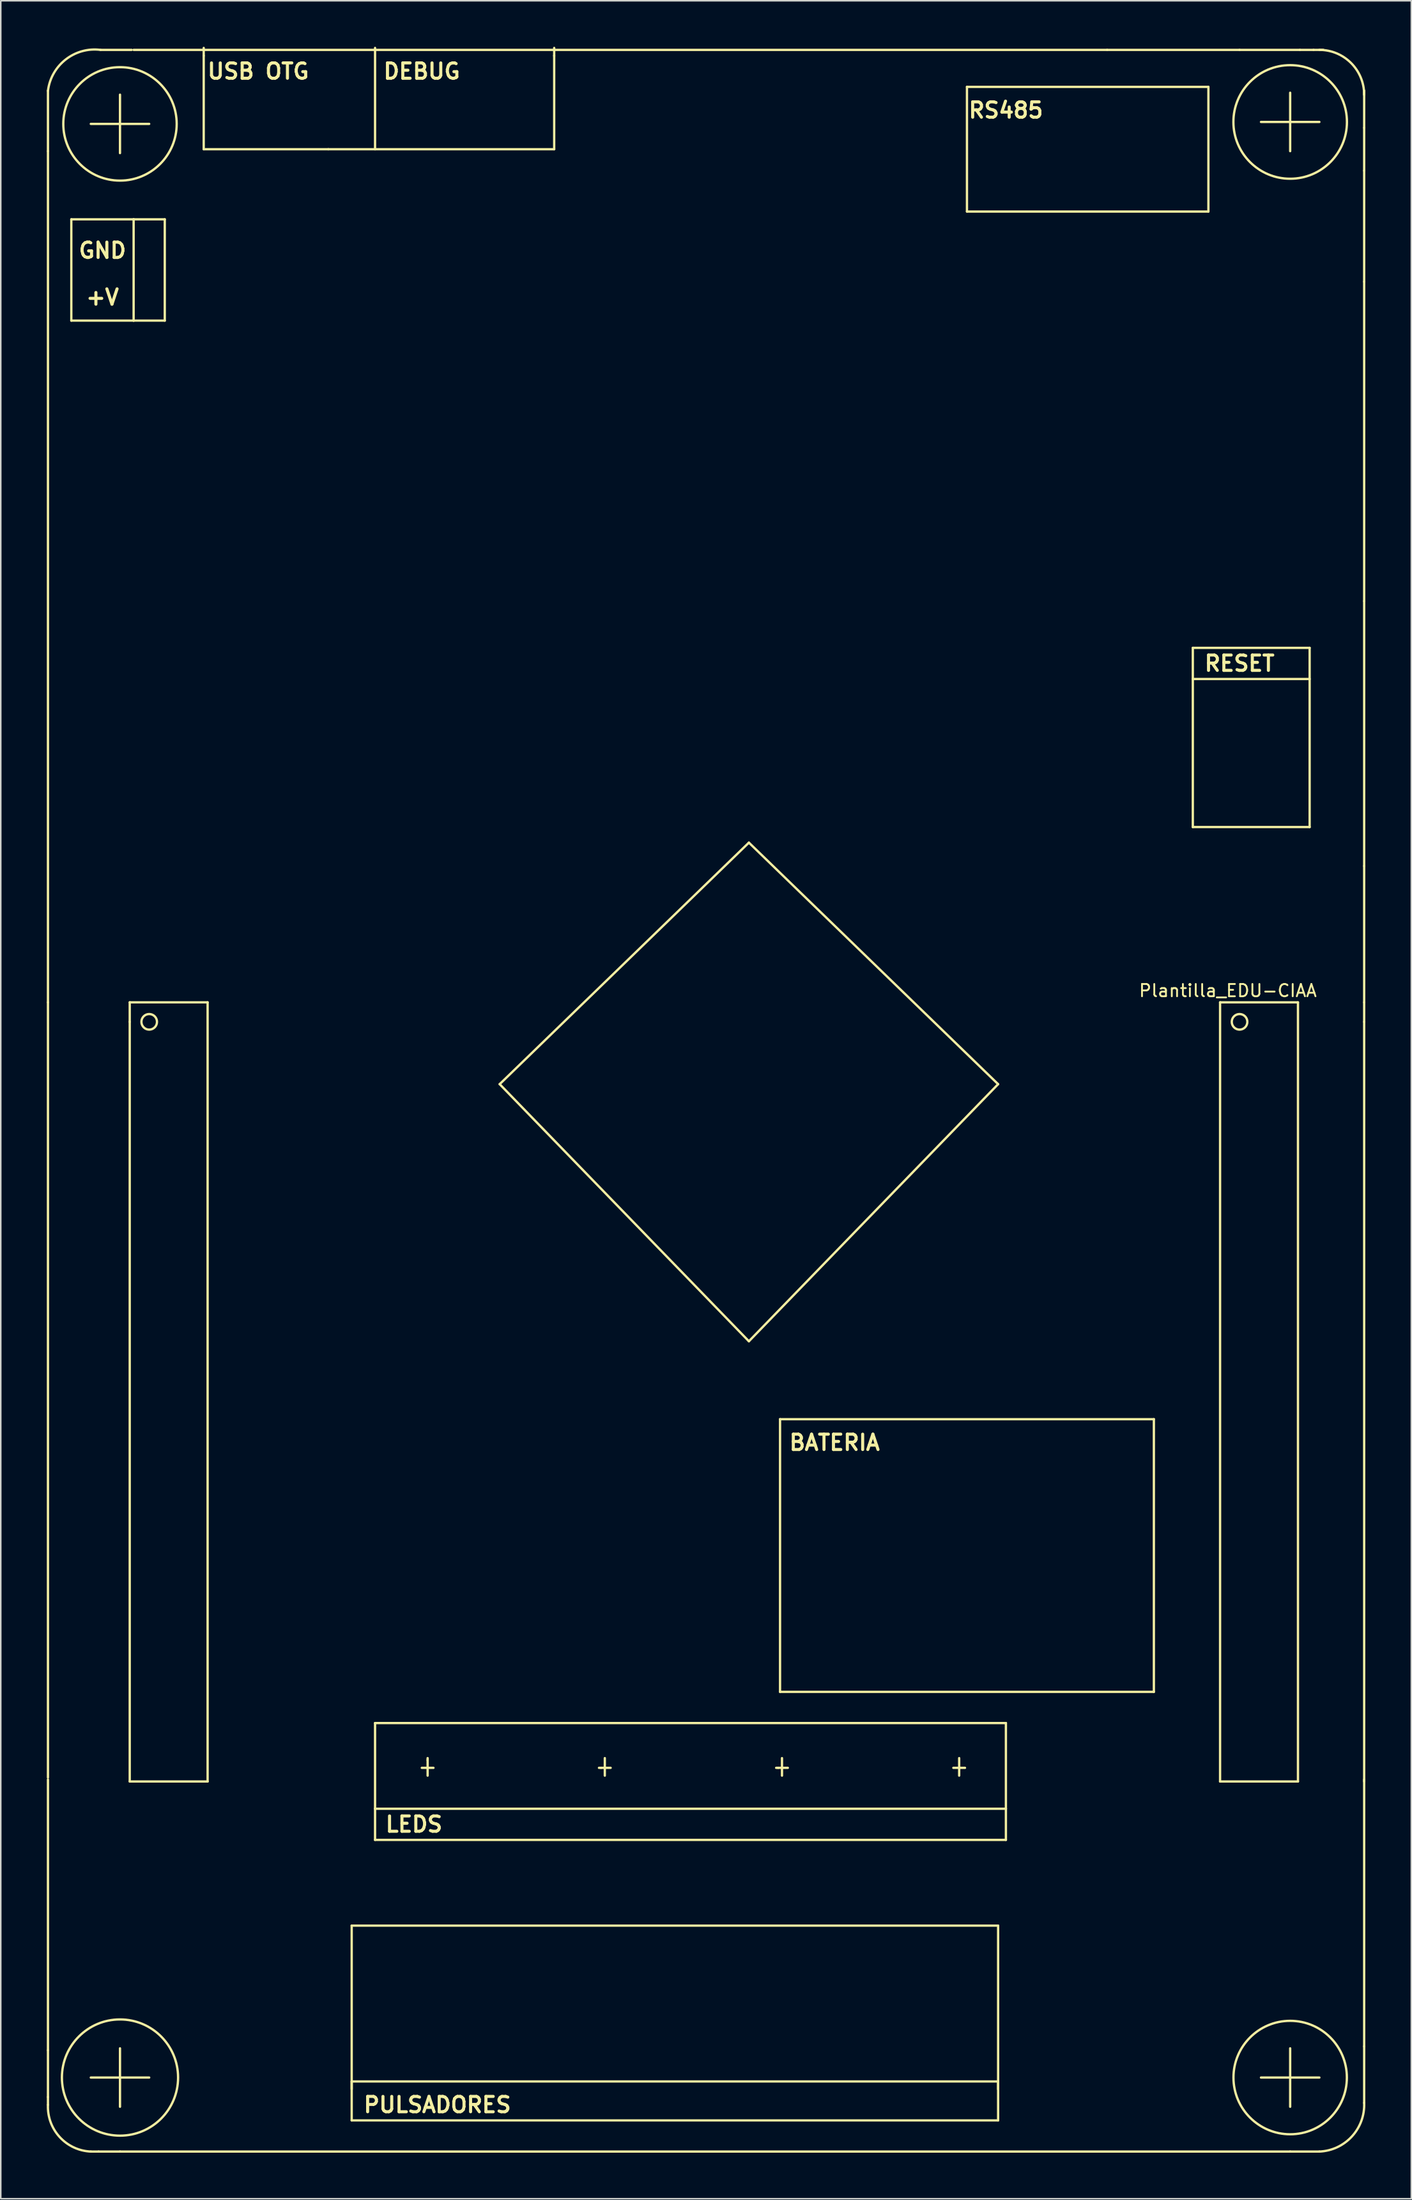
<source format=kicad_pcb>
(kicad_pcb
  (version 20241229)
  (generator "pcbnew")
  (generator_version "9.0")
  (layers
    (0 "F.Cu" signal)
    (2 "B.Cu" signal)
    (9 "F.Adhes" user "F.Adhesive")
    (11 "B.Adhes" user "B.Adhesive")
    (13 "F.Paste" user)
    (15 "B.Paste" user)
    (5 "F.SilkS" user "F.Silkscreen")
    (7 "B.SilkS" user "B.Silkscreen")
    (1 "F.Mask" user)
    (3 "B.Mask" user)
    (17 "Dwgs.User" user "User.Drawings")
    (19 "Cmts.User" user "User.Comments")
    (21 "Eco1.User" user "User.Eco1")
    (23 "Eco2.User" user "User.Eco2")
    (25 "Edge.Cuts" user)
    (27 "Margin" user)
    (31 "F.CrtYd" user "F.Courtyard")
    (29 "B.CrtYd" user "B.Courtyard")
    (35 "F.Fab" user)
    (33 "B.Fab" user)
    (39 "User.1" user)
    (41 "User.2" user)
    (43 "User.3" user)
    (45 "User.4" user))
  (footprint "Plantilla_EDU-CIAA"
    (layer "F.Cu")
    (at 77.802 63.575)
    (property "Reference" "Plantilla_EDU-CIAA" (at -0.762 -2.032 0) (layer "F.SilkS") (effects (font (size 0.8 0.8) (thickness 0.12))))
    (attr through_hole)
    (fp_line (start -77.724 -60.706) (end -77.724 -56.769) (stroke (width 0.15) (type solid)) (layer "F.SilkS"))
    (fp_line (start -77.724 -1.27) (end -77.724 -56.769) (stroke (width 0.15) (type solid)) (layer "F.SilkS"))
    (fp_line (start -77.724 49.276) (end -77.724 -1.27) (stroke (width 0.15) (type solid)) (layer "F.SilkS"))
    (fp_line (start -77.724 49.403) (end -77.724 67.056) (stroke (width 0.15) (type solid)) (layer "F.SilkS"))
    (fp_line (start -77.724 67.056) (end -77.724 70.104) (stroke (width 0.15) (type solid)) (layer "F.SilkS"))
    (fp_line (start -77.724 70.612) (end -77.724 70.104) (stroke (width 0.15) (type solid)) (layer "F.SilkS"))
    (fp_line (start -76.2 -52.324) (end -76.2 -45.72) (stroke (width 0.15) (type solid)) (layer "F.SilkS"))
    (fp_line (start -76.2 -45.72) (end -72.136 -45.72) (stroke (width 0.15) (type solid)) (layer "F.SilkS"))
    (fp_line (start -74.422 73.66) (end -74.93 73.66) (stroke (width 0.15) (type solid)) (layer "F.SilkS"))
    (fp_line (start -73.025 -58.547) (end -74.93 -58.547) (stroke (width 0.15) (type solid)) (layer "F.SilkS"))
    (fp_line (start -73.025 -58.547) (end -73.025 -60.452) (stroke (width 0.15) (type solid)) (layer "F.SilkS"))
    (fp_line (start -73.025 -58.547) (end -73.025 -56.642) (stroke (width 0.15) (type solid)) (layer "F.SilkS"))
    (fp_line (start -73.025 -58.547) (end -71.12 -58.547) (stroke (width 0.15) (type solid)) (layer "F.SilkS"))
    (fp_line (start -73.025 68.834) (end -74.93 68.834) (stroke (width 0.15) (type solid)) (layer "F.SilkS"))
    (fp_line (start -73.025 68.834) (end -73.025 66.929) (stroke (width 0.15) (type solid)) (layer "F.SilkS"))
    (fp_line (start -73.025 68.834) (end -73.025 70.739) (stroke (width 0.15) (type solid)) (layer "F.SilkS"))
    (fp_line (start -73.025 68.834) (end -71.12 68.834) (stroke (width 0.15) (type solid)) (layer "F.SilkS"))
    (fp_line (start -73.025 73.66) (end -74.422 73.66) (stroke (width 0.15) (type solid)) (layer "F.SilkS"))
    (fp_line (start -72.39 -1.27) (end -67.31 -1.27) (stroke (width 0.15) (type solid)) (layer "F.SilkS"))
    (fp_line (start -72.39 0) (end -72.39 -1.27) (stroke (width 0.15) (type solid)) (layer "F.SilkS"))
    (fp_line (start -72.39 49.53) (end -72.39 0) (stroke (width 0.15) (type solid)) (layer "F.SilkS"))
    (fp_line (start -72.263 -63.373) (end -74.295 -63.373) (stroke (width 0.15) (type solid)) (layer "F.SilkS"))
    (fp_line (start -72.136 -52.324) (end -76.2 -52.324) (stroke (width 0.15) (type solid)) (layer "F.SilkS"))
    (fp_line (start -72.136 -45.72) (end -72.136 -52.324) (stroke (width 0.15) (type solid)) (layer "F.SilkS"))
    (fp_line (start -72.136 -45.72) (end -70.104 -45.72) (stroke (width 0.15) (type solid)) (layer "F.SilkS"))
    (fp_line (start -70.104 -52.324) (end -72.136 -52.324) (stroke (width 0.15) (type solid)) (layer "F.SilkS"))
    (fp_line (start -70.104 -45.72) (end -70.104 -52.324) (stroke (width 0.15) (type solid)) (layer "F.SilkS"))
    (fp_line (start -67.564 -62.992) (end -67.564 -63.5) (stroke (width 0.15) (type solid)) (layer "F.SilkS"))
    (fp_line (start -67.564 -56.896) (end -67.564 -62.992) (stroke (width 0.15) (type solid)) (layer "F.SilkS"))
    (fp_line (start -67.564 -56.896) (end -59.436 -56.896) (stroke (width 0.15) (type solid)) (layer "F.SilkS"))
    (fp_line (start -67.31 -1.27) (end -67.31 49.53) (stroke (width 0.15) (type solid)) (layer "F.SilkS"))
    (fp_line (start -67.31 49.53) (end -72.39 49.53) (stroke (width 0.15) (type solid)) (layer "F.SilkS"))
    (fp_line (start -57.912 58.928) (end -57.912 69.596) (stroke (width 0.15) (type solid)) (layer "F.SilkS"))
    (fp_line (start -57.912 69.088) (end -15.748 69.088) (stroke (width 0.15) (type solid)) (layer "F.SilkS"))
    (fp_line (start -57.912 71.628) (end -57.912 69.088) (stroke (width 0.15) (type solid)) (layer "F.SilkS"))
    (fp_line (start -57.912 71.628) (end -15.748 71.628) (stroke (width 0.15) (type solid)) (layer "F.SilkS"))
    (fp_line (start -56.388 -56.896) (end -56.388 -63.5) (stroke (width 0.15) (type solid)) (layer "F.SilkS"))
    (fp_line (start -56.388 45.72) (end -56.388 51.308) (stroke (width 0.15) (type solid)) (layer "F.SilkS"))
    (fp_line (start -56.388 51.308) (end -15.24 51.308) (stroke (width 0.15) (type solid)) (layer "F.SilkS"))
    (fp_line (start -56.388 53.34) (end -56.388 51.308) (stroke (width 0.15) (type solid)) (layer "F.SilkS"))
    (fp_line (start -56.388 53.34) (end -15.24 53.34) (stroke (width 0.15) (type solid)) (layer "F.SilkS"))
    (fp_line (start -52.959 48.133) (end -52.959 48.006) (stroke (width 0.15) (type solid)) (layer "F.SilkS"))
    (fp_line (start -52.959 48.641) (end -53.34 48.641) (stroke (width 0.15) (type solid)) (layer "F.SilkS"))
    (fp_line (start -52.959 48.641) (end -52.959 48.133) (stroke (width 0.15) (type solid)) (layer "F.SilkS"))
    (fp_line (start -52.959 48.641) (end -52.959 49.149) (stroke (width 0.15) (type solid)) (layer "F.SilkS"))
    (fp_line (start -52.959 48.641) (end -52.578 48.641) (stroke (width 0.15) (type solid)) (layer "F.SilkS"))
    (fp_line (start -48.26 4.064) (end -32.004 -11.684) (stroke (width 0.15) (type solid)) (layer "F.SilkS"))
    (fp_line (start -44.704 -62.992) (end -44.704 -63.5) (stroke (width 0.15) (type solid)) (layer "F.SilkS"))
    (fp_line (start -44.704 -62.992) (end -44.704 -56.896) (stroke (width 0.15) (type solid)) (layer "F.SilkS"))
    (fp_line (start -44.704 -56.896) (end -59.436 -56.896) (stroke (width 0.15) (type solid)) (layer "F.SilkS"))
    (fp_line (start -41.656 48.641) (end -41.783 48.641) (stroke (width 0.15) (type solid)) (layer "F.SilkS"))
    (fp_line (start -41.402 48.641) (end -41.656 48.641) (stroke (width 0.15) (type solid)) (layer "F.SilkS"))
    (fp_line (start -41.402 48.641) (end -41.402 48.006) (stroke (width 0.15) (type solid)) (layer "F.SilkS"))
    (fp_line (start -41.402 48.641) (end -41.402 49.149) (stroke (width 0.15) (type solid)) (layer "F.SilkS"))
    (fp_line (start -41.402 48.641) (end -41.021 48.641) (stroke (width 0.15) (type solid)) (layer "F.SilkS"))
    (fp_line (start -32.004 -11.684) (end -15.748 4.064) (stroke (width 0.15) (type solid)) (layer "F.SilkS"))
    (fp_line (start -32.004 20.828) (end -48.26 4.064) (stroke (width 0.15) (type solid)) (layer "F.SilkS"))
    (fp_line (start -30.099 48.641) (end -30.226 48.641) (stroke (width 0.15) (type solid)) (layer "F.SilkS"))
    (fp_line (start -29.972 25.908) (end -29.972 43.688) (stroke (width 0.15) (type solid)) (layer "F.SilkS"))
    (fp_line (start -29.972 43.688) (end -5.588 43.688) (stroke (width 0.15) (type solid)) (layer "F.SilkS"))
    (fp_line (start -29.845 48.641) (end -30.099 48.641) (stroke (width 0.15) (type solid)) (layer "F.SilkS"))
    (fp_line (start -29.845 48.641) (end -29.845 48.006) (stroke (width 0.15) (type solid)) (layer "F.SilkS"))
    (fp_line (start -29.845 48.641) (end -29.845 49.149) (stroke (width 0.15) (type solid)) (layer "F.SilkS"))
    (fp_line (start -29.845 48.641) (end -29.464 48.641) (stroke (width 0.15) (type solid)) (layer "F.SilkS"))
    (fp_line (start -18.288 48.641) (end -18.669 48.641) (stroke (width 0.15) (type solid)) (layer "F.SilkS"))
    (fp_line (start -18.288 48.641) (end -18.288 48.006) (stroke (width 0.15) (type solid)) (layer "F.SilkS"))
    (fp_line (start -18.288 48.641) (end -18.288 49.149) (stroke (width 0.15) (type solid)) (layer "F.SilkS"))
    (fp_line (start -18.288 48.641) (end -17.907 48.641) (stroke (width 0.15) (type solid)) (layer "F.SilkS"))
    (fp_line (start -17.78 -60.96) (end -17.78 -52.832) (stroke (width 0.15) (type solid)) (layer "F.SilkS"))
    (fp_line (start -17.78 -52.832) (end -2.032 -52.832) (stroke (width 0.15) (type solid)) (layer "F.SilkS"))
    (fp_line (start -15.748 4.064) (end -32.004 20.828) (stroke (width 0.15) (type solid)) (layer "F.SilkS"))
    (fp_line (start -15.748 58.928) (end -57.912 58.928) (stroke (width 0.15) (type solid)) (layer "F.SilkS"))
    (fp_line (start -15.748 69.596) (end -15.748 58.928) (stroke (width 0.15) (type solid)) (layer "F.SilkS"))
    (fp_line (start -15.748 71.628) (end -15.748 69.088) (stroke (width 0.15) (type solid)) (layer "F.SilkS"))
    (fp_line (start -15.24 45.72) (end -56.388 45.72) (stroke (width 0.15) (type solid)) (layer "F.SilkS"))
    (fp_line (start -15.24 51.308) (end -15.24 45.72) (stroke (width 0.15) (type solid)) (layer "F.SilkS"))
    (fp_line (start -15.24 53.34) (end -15.24 51.308) (stroke (width 0.15) (type solid)) (layer "F.SilkS"))
    (fp_line (start -8.636 -63.373) (end -72.136 -63.373) (stroke (width 0.15) (type solid)) (layer "F.SilkS"))
    (fp_line (start -5.588 25.908) (end -29.972 25.908) (stroke (width 0.15) (type solid)) (layer "F.SilkS"))
    (fp_line (start -5.588 43.688) (end -5.588 25.908) (stroke (width 0.15) (type solid)) (layer "F.SilkS"))
    (fp_line (start -3.048 -24.384) (end -3.048 -12.7) (stroke (width 0.15) (type solid)) (layer "F.SilkS"))
    (fp_line (start -3.048 -12.7) (end 4.572 -12.7) (stroke (width 0.15) (type solid)) (layer "F.SilkS"))
    (fp_line (start -2.032 -60.96) (end -17.78 -60.96) (stroke (width 0.15) (type solid)) (layer "F.SilkS"))
    (fp_line (start -2.032 -52.832) (end -2.032 -60.96) (stroke (width 0.15) (type solid)) (layer "F.SilkS"))
    (fp_line (start -1.27 49.53) (end -1.27 -1.27) (stroke (width 0.15) (type solid)) (layer "F.SilkS"))
    (fp_line (start 0 -63.373) (end -8.636 -63.373) (stroke (width 0.15) (type solid)) (layer "F.SilkS"))
    (fp_line (start 0 -63.373) (end 3.937 -63.373) (stroke (width 0.15) (type solid)) (layer "F.SilkS"))
    (fp_line (start 3.302 -58.674) (end 1.397 -58.674) (stroke (width 0.15) (type solid)) (layer "F.SilkS"))
    (fp_line (start 3.302 -58.674) (end 3.302 -60.579) (stroke (width 0.15) (type solid)) (layer "F.SilkS"))
    (fp_line (start 3.302 -58.674) (end 3.302 -56.769) (stroke (width 0.15) (type solid)) (layer "F.SilkS"))
    (fp_line (start 3.302 -58.674) (end 5.207 -58.674) (stroke (width 0.15) (type solid)) (layer "F.SilkS"))
    (fp_line (start 3.302 68.834) (end 1.397 68.834) (stroke (width 0.15) (type solid)) (layer "F.SilkS"))
    (fp_line (start 3.302 68.834) (end 3.302 66.929) (stroke (width 0.15) (type solid)) (layer "F.SilkS"))
    (fp_line (start 3.302 68.834) (end 3.302 70.739) (stroke (width 0.15) (type solid)) (layer "F.SilkS"))
    (fp_line (start 3.302 68.834) (end 5.207 68.834) (stroke (width 0.15) (type solid)) (layer "F.SilkS"))
    (fp_line (start 3.302 73.66) (end -73.025 73.66) (stroke (width 0.15) (type solid)) (layer "F.SilkS"))
    (fp_line (start 3.302 73.66) (end 5.207 73.66) (stroke (width 0.15) (type solid)) (layer "F.SilkS"))
    (fp_line (start 3.81 -1.27) (end -1.27 -1.27) (stroke (width 0.15) (type solid)) (layer "F.SilkS"))
    (fp_line (start 3.81 49.53) (end -1.27 49.53) (stroke (width 0.15) (type solid)) (layer "F.SilkS"))
    (fp_line (start 3.81 49.53) (end 3.81 -1.27) (stroke (width 0.15) (type solid)) (layer "F.SilkS"))
    (fp_line (start 3.937 -63.373) (end 4.826 -63.373) (stroke (width 0.15) (type solid)) (layer "F.SilkS"))
    (fp_line (start 4.572 -24.384) (end -3.048 -24.384) (stroke (width 0.15) (type solid)) (layer "F.SilkS"))
    (fp_line (start 4.572 -22.352) (end -3.048 -22.352) (stroke (width 0.15) (type solid)) (layer "F.SilkS"))
    (fp_line (start 4.572 -12.7) (end 4.572 -24.384) (stroke (width 0.15) (type solid)) (layer "F.SilkS"))
    (fp_line (start 5.461 -63.373) (end 4.826 -63.373) (stroke (width 0.15) (type solid)) (layer "F.SilkS"))
    (fp_line (start 8.128 -60.706) (end 8.128 -60.452) (stroke (width 0.15) (type solid)) (layer "F.SilkS"))
    (fp_line (start 8.128 -60.579) (end 8.128 -60.706) (stroke (width 0.15) (type solid)) (layer "F.SilkS"))
    (fp_line (start 8.128 -58.293) (end 8.128 -60.579) (stroke (width 0.15) (type solid)) (layer "F.SilkS"))
    (fp_line (start 8.128 -55.499) (end 8.128 -58.293) (stroke (width 0.15) (type solid)) (layer "F.SilkS"))
    (fp_line (start 8.128 -48.26) (end 8.128 -55.499) (stroke (width 0.15) (type solid)) (layer "F.SilkS"))
    (fp_line (start 8.128 -27.432) (end 8.128 -48.26) (stroke (width 0.15) (type solid)) (layer "F.SilkS"))
    (fp_line (start 8.128 -10.16) (end 8.128 -27.432) (stroke (width 0.15) (type solid)) (layer "F.SilkS"))
    (fp_line (start 8.128 -1.27) (end 8.128 -10.16) (stroke (width 0.15) (type solid)) (layer "F.SilkS"))
    (fp_line (start 8.128 0) (end 8.128 -1.27) (stroke (width 0.15) (type solid)) (layer "F.SilkS"))
    (fp_line (start 8.128 0) (end 8.128 49.53) (stroke (width 0.15) (type solid)) (layer "F.SilkS"))
    (fp_line (start 8.128 49.403) (end 8.128 66.802) (stroke (width 0.15) (type solid)) (layer "F.SilkS"))
    (fp_line (start 8.128 66.802) (end 8.128 70.485) (stroke (width 0.15) (type solid)) (layer "F.SilkS"))
    (fp_arc (start -77.724 -60.706) (mid -76.561854 -62.749669) (end -74.295 -63.373) (stroke (width 0.15) (type solid)) (layer "F.SilkS"))
    (fp_arc (start -74.93 73.66) (mid -76.958261 72.714656) (end -77.724 70.612) (stroke (width 0.15) (type solid)) (layer "F.SilkS"))
    (fp_arc (start 5.207 -63.373) (mid 7.272459 -62.517459) (end 8.128 -60.452) (stroke (width 0.15) (type solid)) (layer "F.SilkS"))
    (fp_arc (start 8.128 70.485) (mid 7.325064 72.677459) (end 5.207 73.66) (stroke (width 0.15) (type solid)) (layer "F.SilkS"))
    (fp_circle (center -73.025 -58.547) (end -69.469 -59.563) (stroke (width 0.15) (type solid)) (fill no) (layer "F.SilkS"))
    (fp_circle (center -73.025 68.834) (end -72.136 65.151) (stroke (width 0.15) (type solid)) (fill no) (layer "F.SilkS"))
    (fp_circle (center -71.12 0) (end -70.612 0) (stroke (width 0.15) (type solid)) (fill no) (layer "F.SilkS"))
    (fp_circle (center 0 0) (end 0.508 0) (stroke (width 0.15) (type solid)) (fill no) (layer "F.SilkS"))
    (fp_circle (center 3.302 -58.674) (end 6.731 -57.277) (stroke (width 0.15) (type solid)) (fill no) (layer "F.SilkS"))
    (fp_circle (center 3.302 68.834) (end 6.858 69.85) (stroke (width 0.15) (type solid)) (fill no) (layer "F.SilkS"))
    (fp_text user "LEDS" (at -53.848 52.324 0) (layer "F.SilkS") (effects (font (size 1 1) (thickness 0.2))))
    (fp_text user "GND" (at -74.168 -50.292 0) (layer "F.SilkS") (effects (font (size 1 1) (thickness 0.2))))
    (fp_text user "USB OTG" (at -64.008 -61.976 0) (layer "F.SilkS") (effects (font (size 1 1) (thickness 0.2))))
    (fp_text user "PULSADORES" (at -52.324 70.612 0) (layer "F.SilkS") (effects (font (size 1 1) (thickness 0.2))))
    (fp_text user "RESET" (at 0 -23.368 0) (layer "F.SilkS") (effects (font (size 1 1) (thickness 0.2))))
    (fp_text user "DEBUG" (at -53.34 -61.976 0) (layer "F.SilkS") (effects (font (size 1 1) (thickness 0.2))))
    (fp_text user "RS485" (at -15.24 -59.436 0) (layer "F.SilkS") (effects (font (size 1 1) (thickness 0.2))))
    (fp_text user "+V" (at -74.168 -47.244 0) (layer "F.SilkS") (effects (font (size 1 1) (thickness 0.2))))
    (fp_text user "BATERIA" (at -26.416 27.432 0) (layer "F.SilkS") (effects (font (size 1 1) (thickness 0.2)))))
  (gr_rect
    (start -3 -3)
    (end 89.007 140.31)
    (stroke (width 0.1) (type default))
    (fill no)
    (layer "Edge.Cuts")))
</source>
